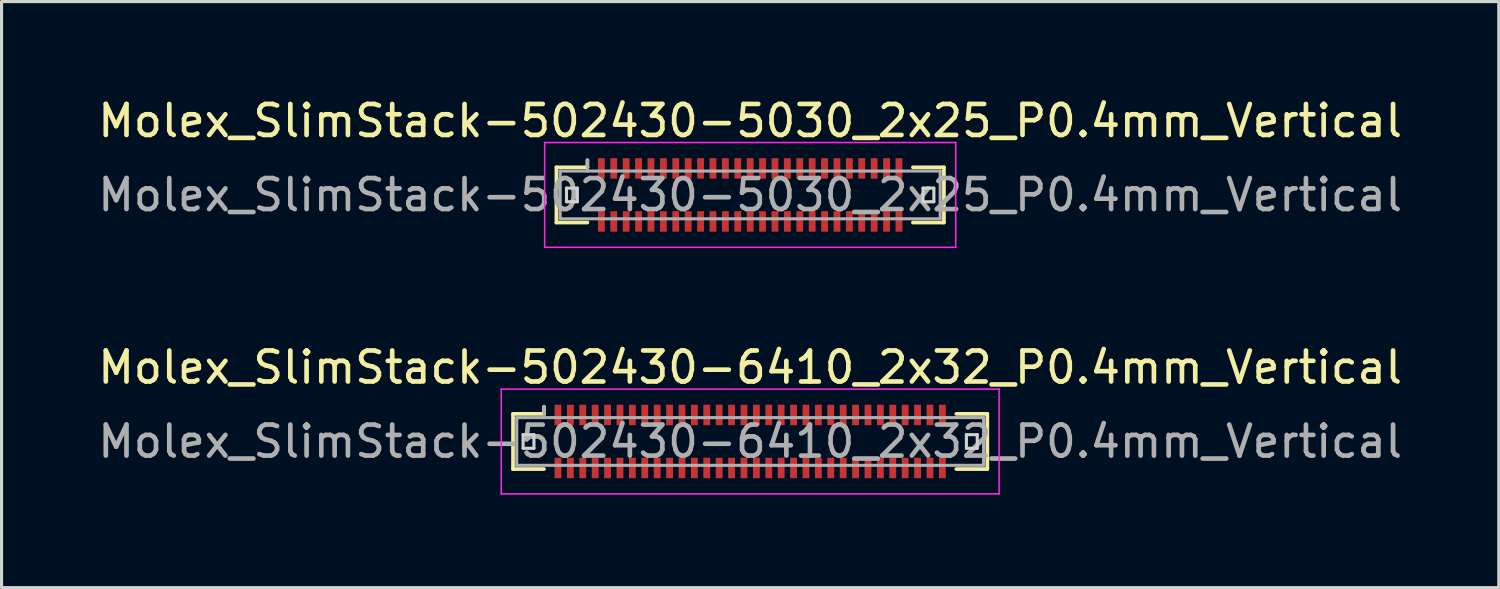
<source format=kicad_pcb>
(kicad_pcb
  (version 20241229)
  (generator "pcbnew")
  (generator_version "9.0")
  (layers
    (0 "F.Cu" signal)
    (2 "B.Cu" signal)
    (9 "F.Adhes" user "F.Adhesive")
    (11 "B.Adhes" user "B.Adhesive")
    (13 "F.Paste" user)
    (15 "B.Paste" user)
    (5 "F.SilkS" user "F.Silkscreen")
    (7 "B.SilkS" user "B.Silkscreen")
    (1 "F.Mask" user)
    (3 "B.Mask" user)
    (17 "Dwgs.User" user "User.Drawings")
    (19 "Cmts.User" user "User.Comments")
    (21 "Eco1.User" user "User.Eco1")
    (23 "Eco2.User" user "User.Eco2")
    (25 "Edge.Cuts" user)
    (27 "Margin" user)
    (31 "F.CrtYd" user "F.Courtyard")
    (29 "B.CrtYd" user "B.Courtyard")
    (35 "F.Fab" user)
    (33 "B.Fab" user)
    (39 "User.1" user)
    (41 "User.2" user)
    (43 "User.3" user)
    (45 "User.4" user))
  (footprint "Molex_SlimStack-502430-5030_2x25_P0.4mm_Vertical"
    (layer "F.Cu")
    (at 21.149 3.238)
    (property "Reference" "Molex_SlimStack-502430-5030_2x25_P0.4mm_Vertical" (at 0 -2.39 0) (layer "F.SilkS") (effects (font (size 1 1) (thickness 0.15))))
    (attr smd)
    (fp_line (start -6.25 -0.89) (end -5.25 -0.89) (stroke (width 0.12) (type solid)) (layer "F.SilkS"))
    (fp_line (start -6.25 0.89) (end -6.25 -0.89) (stroke (width 0.12) (type solid)) (layer "F.SilkS"))
    (fp_line (start -5.25 -0.89) (end -5.25 -1.12) (stroke (width 0.12) (type solid)) (layer "F.SilkS"))
    (fp_line (start -5.25 0.89) (end -6.25 0.89) (stroke (width 0.12) (type solid)) (layer "F.SilkS"))
    (fp_line (start 5.25 0.89) (end 6.25 0.89) (stroke (width 0.12) (type solid)) (layer "F.SilkS"))
    (fp_line (start 6.25 -0.89) (end 5.25 -0.89) (stroke (width 0.12) (type solid)) (layer "F.SilkS"))
    (fp_line (start 6.25 0.89) (end 6.25 -0.89) (stroke (width 0.12) (type solid)) (layer "F.SilkS"))
    (fp_line (start -5.925 -0.22) (end -5.925 0.22) (stroke (width 0.1) (type solid)) (layer "Edge.Cuts"))
    (fp_line (start -5.925 0.22) (end -5.575 0.22) (stroke (width 0.1) (type solid)) (layer "Edge.Cuts"))
    (fp_line (start -5.575 -0.22) (end -5.925 -0.22) (stroke (width 0.1) (type solid)) (layer "Edge.Cuts"))
    (fp_line (start -5.575 0.22) (end -5.575 -0.22) (stroke (width 0.1) (type solid)) (layer "Edge.Cuts"))
    (fp_line (start 5.575 -0.22) (end 5.575 0.22) (stroke (width 0.1) (type solid)) (layer "Edge.Cuts"))
    (fp_line (start 5.575 0.22) (end 5.925 0.22) (stroke (width 0.1) (type solid)) (layer "Edge.Cuts"))
    (fp_line (start 5.925 -0.22) (end 5.575 -0.22) (stroke (width 0.1) (type solid)) (layer "Edge.Cuts"))
    (fp_line (start 5.925 0.22) (end 5.925 -0.22) (stroke (width 0.1) (type solid)) (layer "Edge.Cuts"))
    (fp_line (start -6.63 -1.69) (end -6.63 1.69) (stroke (width 0.05) (type solid)) (layer "F.CrtYd"))
    (fp_line (start -6.63 1.69) (end 6.63 1.69) (stroke (width 0.05) (type solid)) (layer "F.CrtYd"))
    (fp_line (start 6.63 -1.69) (end -6.63 -1.69) (stroke (width 0.05) (type solid)) (layer "F.CrtYd"))
    (fp_line (start 6.63 1.69) (end 6.63 -1.69) (stroke (width 0.05) (type solid)) (layer "F.CrtYd"))
    (fp_line (start -6.13 -0.77) (end -6.13 0.77) (stroke (width 0.1) (type solid)) (layer "F.Fab"))
    (fp_line (start -6.13 0.77) (end 6.13 0.77) (stroke (width 0.1) (type solid)) (layer "F.Fab"))
    (fp_line (start -5.25 -0.77) (end -5.25 -1.12) (stroke (width 0.1) (type solid)) (layer "F.Fab"))
    (fp_line (start 6.13 -0.77) (end -6.13 -0.77) (stroke (width 0.1) (type solid)) (layer "F.Fab"))
    (fp_line (start 6.13 0.77) (end 6.13 -0.77) (stroke (width 0.1) (type solid)) (layer "F.Fab"))
    (fp_text user "${REFERENCE}" (at 0 0 0) (layer "F.Fab") (effects (font (size 1 1) (thickness 0.15))))
    (pad "1" smd rect (at -4.8 -0.855) (size 0.22 0.66) (layers "F.Cu" "F.Mask" "F.Paste"))
    (pad "2" smd rect (at -4.8 0.855) (size 0.22 0.66) (layers "F.Cu" "F.Mask" "F.Paste"))
    (pad "3" smd rect (at -4.4 -0.855) (size 0.22 0.66) (layers "F.Cu" "F.Mask" "F.Paste"))
    (pad "4" smd rect (at -4.4 0.855) (size 0.22 0.66) (layers "F.Cu" "F.Mask" "F.Paste"))
    (pad "5" smd rect (at -4 -0.855) (size 0.22 0.66) (layers "F.Cu" "F.Mask" "F.Paste"))
    (pad "6" smd rect (at -4 0.855) (size 0.22 0.66) (layers "F.Cu" "F.Mask" "F.Paste"))
    (pad "7" smd rect (at -3.6 -0.855) (size 0.22 0.66) (layers "F.Cu" "F.Mask" "F.Paste"))
    (pad "8" smd rect (at -3.6 0.855) (size 0.22 0.66) (layers "F.Cu" "F.Mask" "F.Paste"))
    (pad "9" smd rect (at -3.2 -0.855) (size 0.22 0.66) (layers "F.Cu" "F.Mask" "F.Paste"))
    (pad "10" smd rect (at -3.2 0.855) (size 0.22 0.66) (layers "F.Cu" "F.Mask" "F.Paste"))
    (pad "11" smd rect (at -2.8 -0.855) (size 0.22 0.66) (layers "F.Cu" "F.Mask" "F.Paste"))
    (pad "12" smd rect (at -2.8 0.855) (size 0.22 0.66) (layers "F.Cu" "F.Mask" "F.Paste"))
    (pad "13" smd rect (at -2.4 -0.855) (size 0.22 0.66) (layers "F.Cu" "F.Mask" "F.Paste"))
    (pad "14" smd rect (at -2.4 0.855) (size 0.22 0.66) (layers "F.Cu" "F.Mask" "F.Paste"))
    (pad "15" smd rect (at -2 -0.855) (size 0.22 0.66) (layers "F.Cu" "F.Mask" "F.Paste"))
    (pad "16" smd rect (at -2 0.855) (size 0.22 0.66) (layers "F.Cu" "F.Mask" "F.Paste"))
    (pad "17" smd rect (at -1.6 -0.855) (size 0.22 0.66) (layers "F.Cu" "F.Mask" "F.Paste"))
    (pad "18" smd rect (at -1.6 0.855) (size 0.22 0.66) (layers "F.Cu" "F.Mask" "F.Paste"))
    (pad "19" smd rect (at -1.2 -0.855) (size 0.22 0.66) (layers "F.Cu" "F.Mask" "F.Paste"))
    (pad "20" smd rect (at -1.2 0.855) (size 0.22 0.66) (layers "F.Cu" "F.Mask" "F.Paste"))
    (pad "21" smd rect (at -0.8 -0.855) (size 0.22 0.66) (layers "F.Cu" "F.Mask" "F.Paste"))
    (pad "22" smd rect (at -0.8 0.855) (size 0.22 0.66) (layers "F.Cu" "F.Mask" "F.Paste"))
    (pad "23" smd rect (at -0.4 -0.855) (size 0.22 0.66) (layers "F.Cu" "F.Mask" "F.Paste"))
    (pad "24" smd rect (at -0.4 0.855) (size 0.22 0.66) (layers "F.Cu" "F.Mask" "F.Paste"))
    (pad "25" smd rect (at 0 -0.855) (size 0.22 0.66) (layers "F.Cu" "F.Mask" "F.Paste"))
    (pad "26" smd rect (at 0 0.855) (size 0.22 0.66) (layers "F.Cu" "F.Mask" "F.Paste"))
    (pad "27" smd rect (at 0.4 -0.855) (size 0.22 0.66) (layers "F.Cu" "F.Mask" "F.Paste"))
    (pad "28" smd rect (at 0.4 0.855) (size 0.22 0.66) (layers "F.Cu" "F.Mask" "F.Paste"))
    (pad "29" smd rect (at 0.8 -0.855) (size 0.22 0.66) (layers "F.Cu" "F.Mask" "F.Paste"))
    (pad "30" smd rect (at 0.8 0.855) (size 0.22 0.66) (layers "F.Cu" "F.Mask" "F.Paste"))
    (pad "31" smd rect (at 1.2 -0.855) (size 0.22 0.66) (layers "F.Cu" "F.Mask" "F.Paste"))
    (pad "32" smd rect (at 1.2 0.855) (size 0.22 0.66) (layers "F.Cu" "F.Mask" "F.Paste"))
    (pad "33" smd rect (at 1.6 -0.855) (size 0.22 0.66) (layers "F.Cu" "F.Mask" "F.Paste"))
    (pad "34" smd rect (at 1.6 0.855) (size 0.22 0.66) (layers "F.Cu" "F.Mask" "F.Paste"))
    (pad "35" smd rect (at 2 -0.855) (size 0.22 0.66) (layers "F.Cu" "F.Mask" "F.Paste"))
    (pad "36" smd rect (at 2 0.855) (size 0.22 0.66) (layers "F.Cu" "F.Mask" "F.Paste"))
    (pad "37" smd rect (at 2.4 -0.855) (size 0.22 0.66) (layers "F.Cu" "F.Mask" "F.Paste"))
    (pad "38" smd rect (at 2.4 0.855) (size 0.22 0.66) (layers "F.Cu" "F.Mask" "F.Paste"))
    (pad "39" smd rect (at 2.8 -0.855) (size 0.22 0.66) (layers "F.Cu" "F.Mask" "F.Paste"))
    (pad "40" smd rect (at 2.8 0.855) (size 0.22 0.66) (layers "F.Cu" "F.Mask" "F.Paste"))
    (pad "41" smd rect (at 3.2 -0.855) (size 0.22 0.66) (layers "F.Cu" "F.Mask" "F.Paste"))
    (pad "42" smd rect (at 3.2 0.855) (size 0.22 0.66) (layers "F.Cu" "F.Mask" "F.Paste"))
    (pad "43" smd rect (at 3.6 -0.855) (size 0.22 0.66) (layers "F.Cu" "F.Mask" "F.Paste"))
    (pad "44" smd rect (at 3.6 0.855) (size 0.22 0.66) (layers "F.Cu" "F.Mask" "F.Paste"))
    (pad "45" smd rect (at 4 -0.855) (size 0.22 0.66) (layers "F.Cu" "F.Mask" "F.Paste"))
    (pad "46" smd rect (at 4 0.855) (size 0.22 0.66) (layers "F.Cu" "F.Mask" "F.Paste"))
    (pad "47" smd rect (at 4.4 -0.855) (size 0.22 0.66) (layers "F.Cu" "F.Mask" "F.Paste"))
    (pad "48" smd rect (at 4.4 0.855) (size 0.22 0.66) (layers "F.Cu" "F.Mask" "F.Paste"))
    (pad "49" smd rect (at 4.8 -0.855) (size 0.22 0.66) (layers "F.Cu" "F.Mask" "F.Paste"))
    (pad "50" smd rect (at 4.8 0.855) (size 0.22 0.66) (layers "F.Cu" "F.Mask" "F.Paste")))
  (footprint "Molex_SlimStack-502430-6410_2x32_P0.4mm_Vertical"
    (layer "F.Cu")
    (at 21.149 11.191)
    (property "Reference" "Molex_SlimStack-502430-6410_2x32_P0.4mm_Vertical" (at 0 -2.39 0) (layer "F.SilkS") (effects (font (size 1 1) (thickness 0.15))))
    (attr smd)
    (fp_line (start -7.65 -0.89) (end -6.65 -0.89) (stroke (width 0.12) (type solid)) (layer "F.SilkS"))
    (fp_line (start -7.65 0.89) (end -7.65 -0.89) (stroke (width 0.12) (type solid)) (layer "F.SilkS"))
    (fp_line (start -6.65 -0.89) (end -6.65 -1.12) (stroke (width 0.12) (type solid)) (layer "F.SilkS"))
    (fp_line (start -6.65 0.89) (end -7.65 0.89) (stroke (width 0.12) (type solid)) (layer "F.SilkS"))
    (fp_line (start 6.65 0.89) (end 7.65 0.89) (stroke (width 0.12) (type solid)) (layer "F.SilkS"))
    (fp_line (start 7.65 -0.89) (end 6.65 -0.89) (stroke (width 0.12) (type solid)) (layer "F.SilkS"))
    (fp_line (start 7.65 0.89) (end 7.65 -0.89) (stroke (width 0.12) (type solid)) (layer "F.SilkS"))
    (fp_line (start -7.325 -0.22) (end -7.325 0.22) (stroke (width 0.1) (type solid)) (layer "Edge.Cuts"))
    (fp_line (start -7.325 0.22) (end -6.975 0.22) (stroke (width 0.1) (type solid)) (layer "Edge.Cuts"))
    (fp_line (start -6.975 -0.22) (end -7.325 -0.22) (stroke (width 0.1) (type solid)) (layer "Edge.Cuts"))
    (fp_line (start -6.975 0.22) (end -6.975 -0.22) (stroke (width 0.1) (type solid)) (layer "Edge.Cuts"))
    (fp_line (start 6.975 -0.22) (end 6.975 0.22) (stroke (width 0.1) (type solid)) (layer "Edge.Cuts"))
    (fp_line (start 6.975 0.22) (end 7.325 0.22) (stroke (width 0.1) (type solid)) (layer "Edge.Cuts"))
    (fp_line (start 7.325 -0.22) (end 6.975 -0.22) (stroke (width 0.1) (type solid)) (layer "Edge.Cuts"))
    (fp_line (start 7.325 0.22) (end 7.325 -0.22) (stroke (width 0.1) (type solid)) (layer "Edge.Cuts"))
    (fp_line (start -8.03 -1.69) (end -8.03 1.69) (stroke (width 0.05) (type solid)) (layer "F.CrtYd"))
    (fp_line (start -8.03 1.69) (end 8.03 1.69) (stroke (width 0.05) (type solid)) (layer "F.CrtYd"))
    (fp_line (start 8.03 -1.69) (end -8.03 -1.69) (stroke (width 0.05) (type solid)) (layer "F.CrtYd"))
    (fp_line (start 8.03 1.69) (end 8.03 -1.69) (stroke (width 0.05) (type solid)) (layer "F.CrtYd"))
    (fp_line (start -7.53 -0.77) (end -7.53 0.77) (stroke (width 0.1) (type solid)) (layer "F.Fab"))
    (fp_line (start -7.53 0.77) (end 7.53 0.77) (stroke (width 0.1) (type solid)) (layer "F.Fab"))
    (fp_line (start -6.65 -0.77) (end -6.65 -1.12) (stroke (width 0.1) (type solid)) (layer "F.Fab"))
    (fp_line (start 7.53 -0.77) (end -7.53 -0.77) (stroke (width 0.1) (type solid)) (layer "F.Fab"))
    (fp_line (start 7.53 0.77) (end 7.53 -0.77) (stroke (width 0.1) (type solid)) (layer "F.Fab"))
    (fp_text user "${REFERENCE}" (at 0 0 0) (layer "F.Fab") (effects (font (size 1 1) (thickness 0.15))))
    (pad "1" smd rect (at -6.2 -0.855) (size 0.22 0.66) (layers "F.Cu" "F.Mask" "F.Paste"))
    (pad "2" smd rect (at -6.2 0.855) (size 0.22 0.66) (layers "F.Cu" "F.Mask" "F.Paste"))
    (pad "3" smd rect (at -5.8 -0.855) (size 0.22 0.66) (layers "F.Cu" "F.Mask" "F.Paste"))
    (pad "4" smd rect (at -5.8 0.855) (size 0.22 0.66) (layers "F.Cu" "F.Mask" "F.Paste"))
    (pad "5" smd rect (at -5.4 -0.855) (size 0.22 0.66) (layers "F.Cu" "F.Mask" "F.Paste"))
    (pad "6" smd rect (at -5.4 0.855) (size 0.22 0.66) (layers "F.Cu" "F.Mask" "F.Paste"))
    (pad "7" smd rect (at -5 -0.855) (size 0.22 0.66) (layers "F.Cu" "F.Mask" "F.Paste"))
    (pad "8" smd rect (at -5 0.855) (size 0.22 0.66) (layers "F.Cu" "F.Mask" "F.Paste"))
    (pad "9" smd rect (at -4.6 -0.855) (size 0.22 0.66) (layers "F.Cu" "F.Mask" "F.Paste"))
    (pad "10" smd rect (at -4.6 0.855) (size 0.22 0.66) (layers "F.Cu" "F.Mask" "F.Paste"))
    (pad "11" smd rect (at -4.2 -0.855) (size 0.22 0.66) (layers "F.Cu" "F.Mask" "F.Paste"))
    (pad "12" smd rect (at -4.2 0.855) (size 0.22 0.66) (layers "F.Cu" "F.Mask" "F.Paste"))
    (pad "13" smd rect (at -3.8 -0.855) (size 0.22 0.66) (layers "F.Cu" "F.Mask" "F.Paste"))
    (pad "14" smd rect (at -3.8 0.855) (size 0.22 0.66) (layers "F.Cu" "F.Mask" "F.Paste"))
    (pad "15" smd rect (at -3.4 -0.855) (size 0.22 0.66) (layers "F.Cu" "F.Mask" "F.Paste"))
    (pad "16" smd rect (at -3.4 0.855) (size 0.22 0.66) (layers "F.Cu" "F.Mask" "F.Paste"))
    (pad "17" smd rect (at -3 -0.855) (size 0.22 0.66) (layers "F.Cu" "F.Mask" "F.Paste"))
    (pad "18" smd rect (at -3 0.855) (size 0.22 0.66) (layers "F.Cu" "F.Mask" "F.Paste"))
    (pad "19" smd rect (at -2.6 -0.855) (size 0.22 0.66) (layers "F.Cu" "F.Mask" "F.Paste"))
    (pad "20" smd rect (at -2.6 0.855) (size 0.22 0.66) (layers "F.Cu" "F.Mask" "F.Paste"))
    (pad "21" smd rect (at -2.2 -0.855) (size 0.22 0.66) (layers "F.Cu" "F.Mask" "F.Paste"))
    (pad "22" smd rect (at -2.2 0.855) (size 0.22 0.66) (layers "F.Cu" "F.Mask" "F.Paste"))
    (pad "23" smd rect (at -1.8 -0.855) (size 0.22 0.66) (layers "F.Cu" "F.Mask" "F.Paste"))
    (pad "24" smd rect (at -1.8 0.855) (size 0.22 0.66) (layers "F.Cu" "F.Mask" "F.Paste"))
    (pad "25" smd rect (at -1.4 -0.855) (size 0.22 0.66) (layers "F.Cu" "F.Mask" "F.Paste"))
    (pad "26" smd rect (at -1.4 0.855) (size 0.22 0.66) (layers "F.Cu" "F.Mask" "F.Paste"))
    (pad "27" smd rect (at -1 -0.855) (size 0.22 0.66) (layers "F.Cu" "F.Mask" "F.Paste"))
    (pad "28" smd rect (at -1 0.855) (size 0.22 0.66) (layers "F.Cu" "F.Mask" "F.Paste"))
    (pad "29" smd rect (at -0.6 -0.855) (size 0.22 0.66) (layers "F.Cu" "F.Mask" "F.Paste"))
    (pad "30" smd rect (at -0.6 0.855) (size 0.22 0.66) (layers "F.Cu" "F.Mask" "F.Paste"))
    (pad "31" smd rect (at -0.2 -0.855) (size 0.22 0.66) (layers "F.Cu" "F.Mask" "F.Paste"))
    (pad "32" smd rect (at -0.2 0.855) (size 0.22 0.66) (layers "F.Cu" "F.Mask" "F.Paste"))
    (pad "33" smd rect (at 0.2 -0.855) (size 0.22 0.66) (layers "F.Cu" "F.Mask" "F.Paste"))
    (pad "34" smd rect (at 0.2 0.855) (size 0.22 0.66) (layers "F.Cu" "F.Mask" "F.Paste"))
    (pad "35" smd rect (at 0.6 -0.855) (size 0.22 0.66) (layers "F.Cu" "F.Mask" "F.Paste"))
    (pad "36" smd rect (at 0.6 0.855) (size 0.22 0.66) (layers "F.Cu" "F.Mask" "F.Paste"))
    (pad "37" smd rect (at 1 -0.855) (size 0.22 0.66) (layers "F.Cu" "F.Mask" "F.Paste"))
    (pad "38" smd rect (at 1 0.855) (size 0.22 0.66) (layers "F.Cu" "F.Mask" "F.Paste"))
    (pad "39" smd rect (at 1.4 -0.855) (size 0.22 0.66) (layers "F.Cu" "F.Mask" "F.Paste"))
    (pad "40" smd rect (at 1.4 0.855) (size 0.22 0.66) (layers "F.Cu" "F.Mask" "F.Paste"))
    (pad "41" smd rect (at 1.8 -0.855) (size 0.22 0.66) (layers "F.Cu" "F.Mask" "F.Paste"))
    (pad "42" smd rect (at 1.8 0.855) (size 0.22 0.66) (layers "F.Cu" "F.Mask" "F.Paste"))
    (pad "43" smd rect (at 2.2 -0.855) (size 0.22 0.66) (layers "F.Cu" "F.Mask" "F.Paste"))
    (pad "44" smd rect (at 2.2 0.855) (size 0.22 0.66) (layers "F.Cu" "F.Mask" "F.Paste"))
    (pad "45" smd rect (at 2.6 -0.855) (size 0.22 0.66) (layers "F.Cu" "F.Mask" "F.Paste"))
    (pad "46" smd rect (at 2.6 0.855) (size 0.22 0.66) (layers "F.Cu" "F.Mask" "F.Paste"))
    (pad "47" smd rect (at 3 -0.855) (size 0.22 0.66) (layers "F.Cu" "F.Mask" "F.Paste"))
    (pad "48" smd rect (at 3 0.855) (size 0.22 0.66) (layers "F.Cu" "F.Mask" "F.Paste"))
    (pad "49" smd rect (at 3.4 -0.855) (size 0.22 0.66) (layers "F.Cu" "F.Mask" "F.Paste"))
    (pad "50" smd rect (at 3.4 0.855) (size 0.22 0.66) (layers "F.Cu" "F.Mask" "F.Paste"))
    (pad "51" smd rect (at 3.8 -0.855) (size 0.22 0.66) (layers "F.Cu" "F.Mask" "F.Paste"))
    (pad "52" smd rect (at 3.8 0.855) (size 0.22 0.66) (layers "F.Cu" "F.Mask" "F.Paste"))
    (pad "53" smd rect (at 4.2 -0.855) (size 0.22 0.66) (layers "F.Cu" "F.Mask" "F.Paste"))
    (pad "54" smd rect (at 4.2 0.855) (size 0.22 0.66) (layers "F.Cu" "F.Mask" "F.Paste"))
    (pad "55" smd rect (at 4.6 -0.855) (size 0.22 0.66) (layers "F.Cu" "F.Mask" "F.Paste"))
    (pad "56" smd rect (at 4.6 0.855) (size 0.22 0.66) (layers "F.Cu" "F.Mask" "F.Paste"))
    (pad "57" smd rect (at 5 -0.855) (size 0.22 0.66) (layers "F.Cu" "F.Mask" "F.Paste"))
    (pad "58" smd rect (at 5 0.855) (size 0.22 0.66) (layers "F.Cu" "F.Mask" "F.Paste"))
    (pad "59" smd rect (at 5.4 -0.855) (size 0.22 0.66) (layers "F.Cu" "F.Mask" "F.Paste"))
    (pad "60" smd rect (at 5.4 0.855) (size 0.22 0.66) (layers "F.Cu" "F.Mask" "F.Paste"))
    (pad "61" smd rect (at 5.8 -0.855) (size 0.22 0.66) (layers "F.Cu" "F.Mask" "F.Paste"))
    (pad "62" smd rect (at 5.8 0.855) (size 0.22 0.66) (layers "F.Cu" "F.Mask" "F.Paste"))
    (pad "63" smd rect (at 6.2 -0.855) (size 0.22 0.66) (layers "F.Cu" "F.Mask" "F.Paste"))
    (pad "64" smd rect (at 6.2 0.855) (size 0.22 0.66) (layers "F.Cu" "F.Mask" "F.Paste")))
  (gr_rect
    (start -3 -3)
    (end 45.298 15.906)
    (stroke (width 0.1) (type default))
    (fill no)
    (layer "Edge.Cuts")))
</source>
